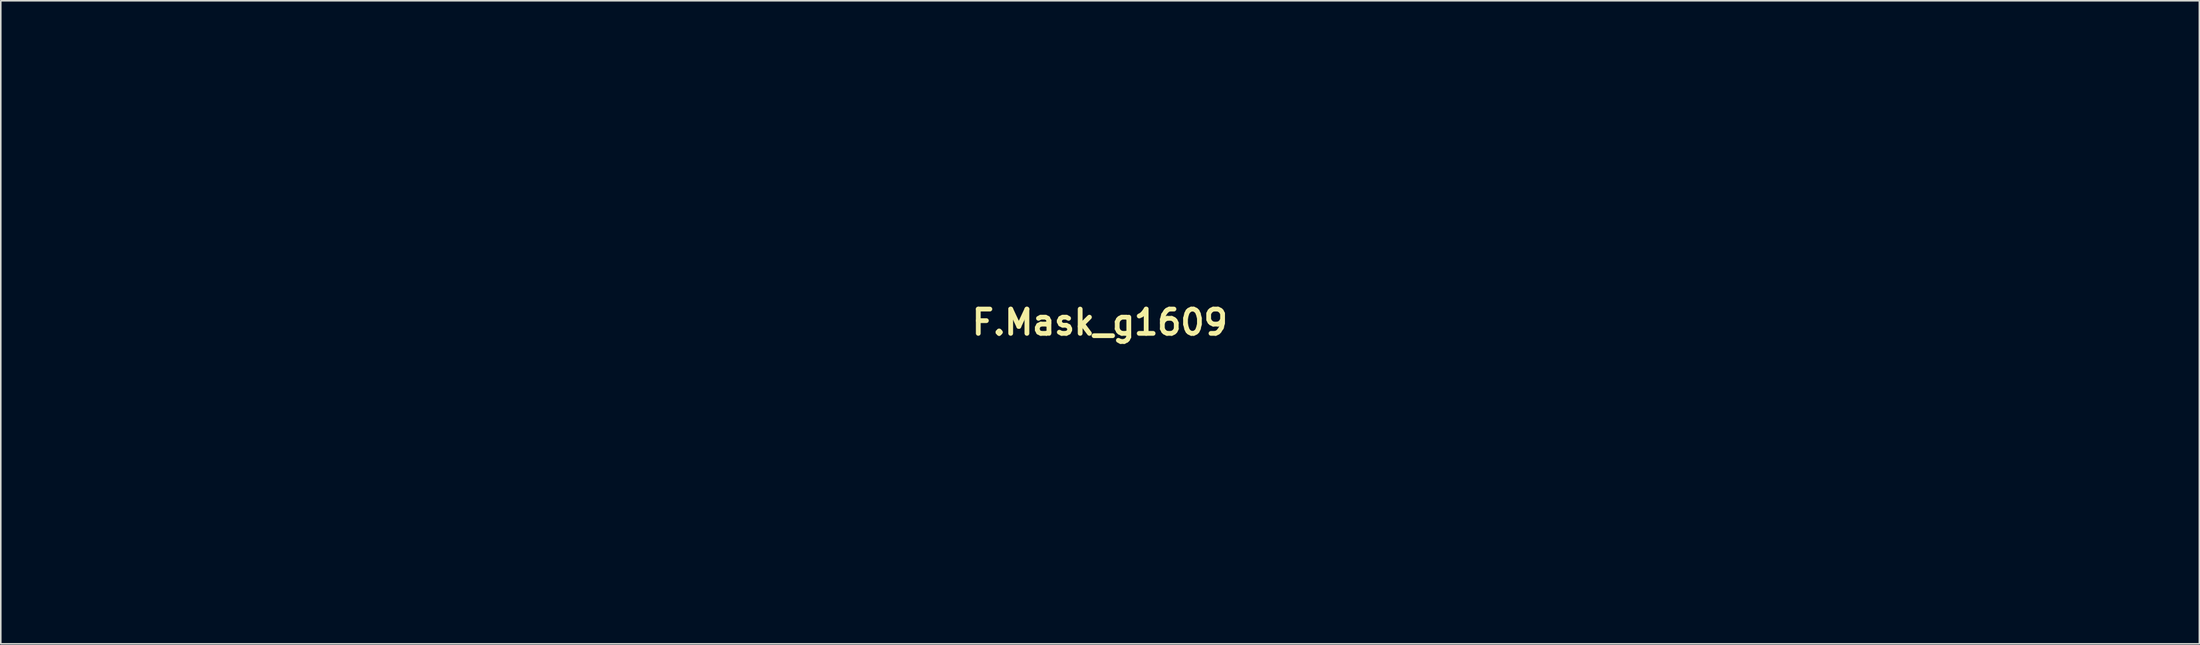
<source format=kicad_pcb>
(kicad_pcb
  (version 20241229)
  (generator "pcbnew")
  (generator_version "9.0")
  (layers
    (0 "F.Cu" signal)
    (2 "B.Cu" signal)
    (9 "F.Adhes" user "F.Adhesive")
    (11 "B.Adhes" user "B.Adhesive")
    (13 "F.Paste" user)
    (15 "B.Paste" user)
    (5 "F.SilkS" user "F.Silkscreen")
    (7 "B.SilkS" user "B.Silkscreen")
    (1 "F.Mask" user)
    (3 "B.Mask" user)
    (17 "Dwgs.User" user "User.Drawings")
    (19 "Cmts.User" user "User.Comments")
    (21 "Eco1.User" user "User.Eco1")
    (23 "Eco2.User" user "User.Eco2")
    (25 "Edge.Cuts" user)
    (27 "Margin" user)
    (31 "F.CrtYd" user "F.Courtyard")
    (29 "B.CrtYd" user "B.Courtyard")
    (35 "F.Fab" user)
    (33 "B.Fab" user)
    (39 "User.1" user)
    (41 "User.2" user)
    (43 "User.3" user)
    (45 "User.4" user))
  (footprint "F.Mask_g1609"
    (layer "F.Cu")
    (at 65.889 17.169)
    (property "Reference" "F.Mask_g1609" (at 0 0 0) (layer "F.SilkS") (effects (font (size 1.524 1.524) (thickness 0.3))))
    (attr through_hole)
    (fp_poly (pts (xy -32.455 -4.535) (xy -32.312 -4.527) (xy -32.185 -4.51) (xy -32.062 -4.484) (xy -31.931 -4.445) (xy -31.808 -4.402) (xy -31.537 -4.282) (xy -31.287 -4.128) (xy -31.061 -3.943) (xy -30.86 -3.732) (xy -30.687 -3.497) (xy -30.545 -3.242) (xy -30.435 -2.972) (xy -30.359 -2.69) (xy -30.321 -2.399) (xy -30.322 -2.103) (xy -30.33 -2.019) (xy -30.386 -1.707) (xy -30.478 -1.412) (xy -30.607 -1.137) (xy -30.768 -0.883) (xy -30.961 -0.655) (xy -31.182 -0.453) (xy -31.431 -0.281) (xy -31.704 -0.14) (xy -32 -0.034) (xy -32.048 -0.021) (xy -32.167 0.003) (xy -32.316 0.021) (xy -32.481 0.032) (xy -32.651 0.037) (xy -32.814 0.035) (xy -32.956 0.025) (xy -33.049 0.011) (xy -33.352 -0.073) (xy -33.643 -0.194) (xy -33.913 -0.348) (xy -33.933 -0.362) (xy -34.12 -0.509) (xy -34.301 -0.689) (xy -34.467 -0.891) (xy -34.611 -1.107) (xy -34.724 -1.327) (xy -34.725 -1.329) (xy -34.796 -1.492) (xy -44.189 -1.503) (xy -53.583 -1.513) (xy -53.702 -1.569) (xy -53.853 -1.66) (xy -53.975 -1.778) (xy -54.062 -1.91) (xy -54.095 -1.974) (xy -54.116 -2.026) (xy -54.128 -2.08) (xy -54.133 -2.148) (xy -54.134 -2.244) (xy -54.134 -2.254) (xy -33.388 -2.254) (xy -33.374 -2.085) (xy -33.332 -1.942) (xy -33.258 -1.814) (xy -33.17 -1.713) (xy -33.023 -1.593) (xy -32.866 -1.514) (xy -32.699 -1.475) (xy -32.524 -1.479) (xy -32.341 -1.523) (xy -32.327 -1.528) (xy -32.208 -1.59) (xy -32.092 -1.683) (xy -31.991 -1.797) (xy -31.92 -1.912) (xy -31.858 -2.08) (xy -31.838 -2.249) (xy -31.861 -2.421) (xy -31.874 -2.469) (xy -31.944 -2.634) (xy -32.04 -2.77) (xy -32.158 -2.878) (xy -32.293 -2.957) (xy -32.439 -3.006) (xy -32.591 -3.025) (xy -32.745 -3.015) (xy -32.894 -2.974) (xy -33.035 -2.902) (xy -33.161 -2.799) (xy -33.268 -2.664) (xy -33.323 -2.565) (xy -33.358 -2.484) (xy -33.378 -2.416) (xy -33.387 -2.342) (xy -33.388 -2.254) (xy -54.134 -2.254) (xy -54.132 -2.357) (xy -54.127 -2.431) (xy -54.115 -2.489) (xy -54.094 -2.544) (xy -54.075 -2.586) (xy -53.978 -2.738) (xy -53.851 -2.86) (xy -53.699 -2.95) (xy -53.535 -3.003) (xy -53.513 -3.005) (xy -53.465 -3.007) (xy -53.392 -3.009) (xy -53.293 -3.011) (xy -53.167 -3.012) (xy -53.012 -3.014) (xy -52.829 -3.015) (xy -52.617 -3.017) (xy -52.375 -3.018) (xy -52.101 -3.019) (xy -51.796 -3.02) (xy -51.459 -3.021) (xy -51.089 -3.022) (xy -50.685 -3.023) (xy -50.246 -3.024) (xy -49.773 -3.025) (xy -49.263 -3.025) (xy -48.716 -3.026) (xy -48.133 -3.026) (xy -47.51 -3.027) (xy -46.849 -3.027) (xy -46.149 -3.027) (xy -45.408 -3.028) (xy -44.625 -3.028) (xy -44.105 -3.028) (xy -34.787 -3.029) (xy -34.678 -3.255) (xy -34.524 -3.528) (xy -34.34 -3.772) (xy -34.126 -3.985) (xy -33.885 -4.168) (xy -33.616 -4.319) (xy -33.321 -4.437) (xy -33.172 -4.482) (xy -33.086 -4.503) (xy -33.009 -4.518) (xy -32.93 -4.528) (xy -32.839 -4.534) (xy -32.724 -4.536) (xy -32.628 -4.537) (xy -32.455 -4.535)) (stroke (width 0.01) (type solid)) (fill yes) (layer "F.Mask"))
    (fp_poly (pts (xy -47.096 4.552) (xy -46.568 4.552) (xy -46.047 4.553) (xy -45.535 4.553) (xy -45.033 4.554) (xy -44.545 4.555) (xy -44.07 4.555) (xy -43.612 4.556) (xy -43.172 4.557) (xy -42.751 4.558) (xy -42.353 4.559) (xy -41.978 4.56) (xy -41.629 4.561) (xy -41.307 4.562) (xy -41.015 4.563) (xy -40.753 4.564) (xy -40.525 4.565) (xy -40.331 4.566) (xy -40.174 4.567) (xy -40.056 4.568) (xy -39.978 4.57) (xy -39.976 4.57) (xy -39.301 4.583) (xy -38.066 7.355) (xy -37.912 7.7) (xy -37.758 8.047) (xy -37.604 8.392) (xy -37.452 8.734) (xy -37.303 9.067) (xy -37.159 9.389) (xy -37.022 9.697) (xy -36.893 9.988) (xy -36.773 10.257) (xy -36.663 10.502) (xy -36.566 10.719) (xy -36.483 10.906) (xy -36.415 11.058) (xy -36.395 11.104) (xy -35.959 12.08) (xy -35.754 12.093) (xy -35.436 12.132) (xy -35.135 12.209) (xy -34.853 12.325) (xy -34.59 12.478) (xy -34.346 12.669) (xy -34.237 12.773) (xy -34.035 13.004) (xy -33.872 13.249) (xy -33.745 13.513) (xy -33.691 13.663) (xy -33.649 13.801) (xy -33.619 13.92) (xy -33.599 14.033) (xy -33.588 14.153) (xy -33.584 14.293) (xy -33.583 14.415) (xy -33.591 14.633) (xy -33.613 14.825) (xy -33.652 15.002) (xy -33.712 15.178) (xy -33.796 15.367) (xy -33.811 15.399) (xy -33.92 15.6) (xy -34.037 15.773) (xy -34.172 15.934) (xy -34.299 16.062) (xy -34.536 16.259) (xy -34.791 16.418) (xy -35.069 16.543) (xy -35.268 16.607) (xy -35.353 16.629) (xy -35.432 16.645) (xy -35.516 16.656) (xy -35.616 16.663) (xy -35.742 16.668) (xy -35.814 16.67) (xy -35.987 16.672) (xy -36.125 16.669) (xy -36.234 16.66) (xy -36.309 16.648) (xy -36.611 16.564) (xy -36.894 16.445) (xy -37.156 16.293) (xy -37.393 16.11) (xy -37.604 15.899) (xy -37.785 15.663) (xy -37.935 15.404) (xy -38.05 15.124) (xy -38.129 14.827) (xy -38.143 14.748) (xy -38.158 14.599) (xy -38.163 14.424) (xy -38.159 14.329) (xy -36.645 14.329) (xy -36.641 14.491) (xy -36.602 14.649) (xy -36.531 14.796) (xy -36.428 14.927) (xy -36.294 15.036) (xy -36.236 15.069) (xy -36.067 15.138) (xy -35.897 15.165) (xy -35.724 15.15) (xy -35.596 15.112) (xy -35.44 15.032) (xy -35.31 14.923) (xy -35.209 14.791) (xy -35.139 14.641) (xy -35.101 14.48) (xy -35.1 14.312) (xy -35.136 14.144) (xy -35.175 14.048) (xy -35.27 13.9) (xy -35.392 13.78) (xy -35.535 13.69) (xy -35.694 13.633) (xy -35.861 13.611) (xy -36.031 13.629) (xy -36.077 13.641) (xy -36.212 13.691) (xy -36.326 13.761) (xy -36.435 13.862) (xy -36.446 13.873) (xy -36.549 14.014) (xy -36.615 14.168) (xy -36.645 14.329) (xy -38.159 14.329) (xy -38.156 14.239) (xy -38.141 14.057) (xy -38.116 13.892) (xy -38.093 13.79) (xy -37.991 13.494) (xy -37.854 13.222) (xy -37.68 12.971) (xy -37.533 12.802) (xy -37.378 12.64) (xy -38.839 9.363) (xy -40.299 6.085) (xy -46.91 6.071) (xy -53.52 6.057) (xy -53.642 6.011) (xy -53.804 5.93) (xy -53.937 5.819) (xy -54.04 5.684) (xy -54.108 5.529) (xy -54.139 5.358) (xy -54.139 5.245) (xy -54.107 5.079) (xy -54.04 4.924) (xy -53.942 4.788) (xy -53.818 4.676) (xy -53.673 4.597) (xy -53.662 4.592) (xy -53.541 4.547) (xy -47.096 4.552)) (stroke (width 0.01) (type solid)) (fill yes) (layer "F.Mask"))
    (fp_poly (pts (xy -35.347 -14.074) (xy -35.058 -14.005) (xy -34.784 -13.901) (xy -34.527 -13.764) (xy -34.289 -13.596) (xy -34.075 -13.399) (xy -33.887 -13.175) (xy -33.727 -12.926) (xy -33.599 -12.655) (xy -33.505 -12.364) (xy -33.475 -12.229) (xy -33.453 -12.054) (xy -33.444 -11.856) (xy -33.449 -11.651) (xy -33.467 -11.455) (xy -33.486 -11.342) (xy -33.568 -11.046) (xy -33.686 -10.766) (xy -33.839 -10.508) (xy -34.024 -10.273) (xy -34.238 -10.064) (xy -34.478 -9.884) (xy -34.742 -9.736) (xy -35.028 -9.622) (xy -35.1 -9.601) (xy -35.361 -9.543) (xy -35.634 -9.515) (xy -35.907 -9.517) (xy -36.169 -9.548) (xy -36.301 -9.578) (xy -36.365 -9.592) (xy -36.41 -9.597) (xy -36.424 -9.593) (xy -36.434 -9.573) (xy -36.463 -9.517) (xy -36.508 -9.428) (xy -36.569 -9.309) (xy -36.644 -9.162) (xy -36.732 -8.989) (xy -36.833 -8.793) (xy -36.944 -8.576) (xy -37.064 -8.341) (xy -37.193 -8.089) (xy -37.329 -7.824) (xy -37.471 -7.548) (xy -37.515 -7.461) (xy -38.6 -5.345) (xy -46.06 -5.341) (xy -46.737 -5.34) (xy -47.374 -5.34) (xy -47.971 -5.34) (xy -48.529 -5.34) (xy -49.05 -5.34) (xy -49.534 -5.34) (xy -49.984 -5.34) (xy -50.401 -5.34) (xy -50.785 -5.34) (xy -51.138 -5.341) (xy -51.461 -5.341) (xy -51.756 -5.342) (xy -52.024 -5.342) (xy -52.265 -5.343) (xy -52.482 -5.344) (xy -52.676 -5.345) (xy -52.847 -5.346) (xy -52.997 -5.348) (xy -53.127 -5.349) (xy -53.239 -5.351) (xy -53.334 -5.352) (xy -53.413 -5.354) (xy -53.477 -5.356) (xy -53.528 -5.358) (xy -53.566 -5.361) (xy -53.594 -5.363) (xy -53.612 -5.366) (xy -53.618 -5.367) (xy -53.76 -5.432) (xy -53.89 -5.529) (xy -54 -5.652) (xy -54.081 -5.791) (xy -54.124 -5.92) (xy -54.14 -6.096) (xy -54.118 -6.267) (xy -54.06 -6.426) (xy -53.97 -6.569) (xy -53.85 -6.689) (xy -53.704 -6.78) (xy -53.663 -6.798) (xy -53.541 -6.847) (xy -46.536 -6.858) (xy -39.531 -6.869) (xy -38.772 -8.35) (xy -38.648 -8.594) (xy -38.525 -8.834) (xy -38.405 -9.067) (xy -38.292 -9.289) (xy -38.185 -9.497) (xy -38.088 -9.686) (xy -38.003 -9.853) (xy -37.931 -9.994) (xy -37.874 -10.104) (xy -37.835 -10.181) (xy -37.834 -10.183) (xy -37.654 -10.534) (xy -37.739 -10.679) (xy -37.865 -10.936) (xy -37.957 -11.212) (xy -38.012 -11.502) (xy -38.031 -11.799) (xy -38.027 -11.863) (xy -36.509 -11.863) (xy -36.505 -11.703) (xy -36.467 -11.547) (xy -36.395 -11.399) (xy -36.288 -11.265) (xy -36.204 -11.191) (xy -36.056 -11.104) (xy -35.893 -11.051) (xy -35.723 -11.034) (xy -35.555 -11.054) (xy -35.423 -11.099) (xy -35.272 -11.19) (xy -35.146 -11.309) (xy -35.05 -11.451) (xy -34.987 -11.609) (xy -34.959 -11.776) (xy -34.968 -11.93) (xy -35.008 -12.083) (xy -35.08 -12.22) (xy -35.187 -12.351) (xy -35.199 -12.363) (xy -35.321 -12.467) (xy -35.452 -12.535) (xy -35.599 -12.572) (xy -35.74 -12.582) (xy -35.835 -12.58) (xy -35.907 -12.57) (xy -35.976 -12.549) (xy -36.052 -12.516) (xy -36.205 -12.423) (xy -36.328 -12.305) (xy -36.421 -12.169) (xy -36.481 -12.02) (xy -36.509 -11.863) (xy -38.027 -11.863) (xy -38.013 -12.098) (xy -37.958 -12.393) (xy -37.939 -12.463) (xy -37.836 -12.745) (xy -37.697 -13.009) (xy -37.525 -13.251) (xy -37.325 -13.468) (xy -37.098 -13.658) (xy -36.848 -13.818) (xy -36.58 -13.945) (xy -36.294 -14.037) (xy -35.996 -14.091) (xy -35.956 -14.096) (xy -35.647 -14.105) (xy -35.347 -14.074)) (stroke (width 0.01) (type solid)) (fill yes) (layer "F.Mask"))
    (fp_poly (pts (xy -45.82 0.762) (xy -45.115 0.762) (xy -45.067 0.762) (xy -36.714 0.763) (xy -35.721 2.927) (xy -35.59 3.212) (xy -35.464 3.487) (xy -35.343 3.749) (xy -35.23 3.995) (xy -35.125 4.223) (xy -35.029 4.431) (xy -34.943 4.615) (xy -34.869 4.774) (xy -34.808 4.906) (xy -34.761 5.007) (xy -34.729 5.075) (xy -34.712 5.107) (xy -34.711 5.11) (xy -34.689 5.111) (xy -34.626 5.111) (xy -34.522 5.112) (xy -34.378 5.112) (xy -34.194 5.113) (xy -33.972 5.113) (xy -33.712 5.113) (xy -33.415 5.114) (xy -33.081 5.114) (xy -32.712 5.114) (xy -32.308 5.115) (xy -31.869 5.115) (xy -31.397 5.115) (xy -30.892 5.115) (xy -30.355 5.115) (xy -29.787 5.115) (xy -29.188 5.116) (xy -28.56 5.116) (xy -27.902 5.116) (xy -27.216 5.116) (xy -26.503 5.116) (xy -25.762 5.116) (xy -24.996 5.116) (xy -24.204 5.116) (xy -23.387 5.116) (xy -22.547 5.116) (xy -21.683 5.115) (xy -20.797 5.115) (xy -19.889 5.115) (xy -18.96 5.115) (xy -18.011 5.115) (xy -17.043 5.115) (xy -16.055 5.114) (xy -15.05 5.114) (xy -14.027 5.114) (xy -12.988 5.114) (xy -11.933 5.113) (xy -10.863 5.113) (xy -9.779 5.113) (xy -8.681 5.112) (xy -7.57 5.112) (xy -6.447 5.111) (xy -5.312 5.111) (xy -4.167 5.111) (xy -3.012 5.11) (xy -1.848 5.11) (xy -0.675 5.109) (xy 0.505 5.109) (xy 1.692 5.108) (xy 2.886 5.108) (xy 4.085 5.107) (xy 5.289 5.107) (xy 6.497 5.106) (xy 7.708 5.106) (xy 8.922 5.105) (xy 10.137 5.105) (xy 11.354 5.104) (xy 12.571 5.103) (xy 13.788 5.103) (xy 15.003 5.102) (xy 16.217 5.102) (xy 17.428 5.101) (xy 18.636 5.1) (xy 19.839 5.1) (xy 21.038 5.099) (xy 22.232 5.098) (xy 23.419 5.098) (xy 24.599 5.097) (xy 25.771 5.096) (xy 26.935 5.096) (xy 28.089 5.095) (xy 29.234 5.094) (xy 30.368 5.094) (xy 31.49 5.093) (xy 32.6 5.092) (xy 33.698 5.091) (xy 34.782 5.091) (xy 35.851 5.09) (xy 36.905 5.089) (xy 37.944 5.089) (xy 38.965 5.088) (xy 39.97 5.087) (xy 40.956 5.086) (xy 41.924 5.086) (xy 42.872 5.085) (xy 43.8 5.084) (xy 44.706 5.083) (xy 45.591 5.083) (xy 46.454 5.082) (xy 47.293 5.081) (xy 48.109 5.081) (xy 48.899 5.08) (xy 49.665 5.079) (xy 50.404 5.078) (xy 51.116 5.078) (xy 51.8 5.077) (xy 52.457 5.076) (xy 53.084 5.075) (xy 53.681 5.075) (xy 54.248 5.074) (xy 54.783 5.073) (xy 55.286 5.073) (xy 55.757 5.072) (xy 56.193 5.071) (xy 56.596 5.071) (xy 56.964 5.07) (xy 57.296 5.069) (xy 57.591 5.069) (xy 57.849 5.068) (xy 58.07 5.067) (xy 58.251 5.067) (xy 58.267 5.067) (xy 61.511 5.054) (xy 61.551 4.962) (xy 61.654 4.77) (xy 61.791 4.576) (xy 61.954 4.388) (xy 62.136 4.215) (xy 62.33 4.065) (xy 62.46 3.981) (xy 62.718 3.851) (xy 62.979 3.758) (xy 63.252 3.701) (xy 63.545 3.677) (xy 63.616 3.676) (xy 63.783 3.678) (xy 63.922 3.687) (xy 64.049 3.706) (xy 64.177 3.735) (xy 64.322 3.778) (xy 64.336 3.783) (xy 64.619 3.895) (xy 64.881 4.043) (xy 65.12 4.223) (xy 65.333 4.431) (xy 65.518 4.665) (xy 65.672 4.922) (xy 65.791 5.197) (xy 65.873 5.488) (xy 65.892 5.592) (xy 65.905 5.717) (xy 65.911 5.869) (xy 65.909 6.035) (xy 65.9 6.201) (xy 65.885 6.357) (xy 65.864 6.489) (xy 65.851 6.545) (xy 65.751 6.836) (xy 65.616 7.108) (xy 65.449 7.359) (xy 65.254 7.584) (xy 65.033 7.781) (xy 64.789 7.949) (xy 64.525 8.083) (xy 64.245 8.181) (xy 64.019 8.231) (xy 63.801 8.256) (xy 63.574 8.264) (xy 63.373 8.253) (xy 63.121 8.211) (xy 62.862 8.134) (xy 62.609 8.028) (xy 62.373 7.897) (xy 62.306 7.853) (xy 62.19 7.763) (xy 62.063 7.649) (xy 61.937 7.522) (xy 61.822 7.393) (xy 61.729 7.273) (xy 61.707 7.241) (xy 61.658 7.159) (xy 61.602 7.056) (xy 61.548 6.948) (xy 61.527 6.905) (xy 61.436 6.704) (xy 38.756 6.719) (xy 37.71 6.72) (xy 36.623 6.72) (xy 35.498 6.721) (xy 34.337 6.722) (xy 33.142 6.723) (xy 31.915 6.723) (xy 30.659 6.724) (xy 29.374 6.725) (xy 28.065 6.726) (xy 26.732 6.727) (xy 25.377 6.728) (xy 24.004 6.729) (xy 22.613 6.73) (xy 21.208 6.731) (xy 19.789 6.732) (xy 18.359 6.732) (xy 16.921 6.733) (xy 15.477 6.734) (xy 14.027 6.735) (xy 12.576 6.736) (xy 11.124 6.737) (xy 9.674 6.738) (xy 8.227 6.739) (xy 6.787 6.74) (xy 5.355 6.741) (xy 3.933 6.742) (xy 2.523 6.743) (xy 1.128 6.744) (xy -0.251 6.745) (xy -1.611 6.746) (xy -2.95 6.747) (xy -4.267 6.748) (xy -5.558 6.749) (xy -6.823 6.75) (xy -8.059 6.751) (xy -9.263 6.752) (xy -9.831 6.752) (xy -10.878 6.753) (xy -11.914 6.754) (xy -12.94 6.754) (xy -13.954 6.755) (xy -14.955 6.756) (xy -15.943 6.756) (xy -16.916 6.757) (xy -17.875 6.757) (xy -18.817 6.758) (xy -19.743 6.759) (xy -20.651 6.759) (xy -21.542 6.76) (xy -22.412 6.76) (xy -23.264 6.76) (xy -24.094 6.761) (xy -24.903 6.761) (xy -25.689 6.762) (xy -26.452 6.762) (xy -27.192 6.762) (xy -27.906 6.763) (xy -28.595 6.763) (xy -29.257 6.763) (xy -29.893 6.763) (xy -30.5 6.764) (xy -31.078 6.764) (xy -31.627 6.764) (xy -32.145 6.764) (xy -32.632 6.764) (xy -33.087 6.764) (xy -33.509 6.764) (xy -33.898 6.764) (xy -34.252 6.764) (xy -34.57 6.764) (xy -34.852 6.764) (xy -35.098 6.764) (xy -35.305 6.763) (xy -35.475 6.763) (xy -35.604 6.763) (xy -35.694 6.763) (xy -35.742 6.762) (xy -35.751 6.762) (xy -35.762 6.742) (xy -35.789 6.686) (xy -35.831 6.597) (xy -35.888 6.476) (xy -35.958 6.326) (xy -36.04 6.15) (xy -36.13 5.954) (xy 62.846 5.954) (xy 62.861 6.118) (xy 62.913 6.28) (xy 62.982 6.403) (xy 63.1 6.541) (xy 63.239 6.644) (xy 63.396 6.711) (xy 63.565 6.741) (xy 63.742 6.732) (xy 63.916 6.686) (xy 64.038 6.622) (xy 64.155 6.527) (xy 64.257 6.412) (xy 64.331 6.289) (xy 64.346 6.255) (xy 64.387 6.097) (xy 64.396 5.929) (xy 64.373 5.766) (xy 64.348 5.688) (xy 64.269 5.538) (xy 64.159 5.411) (xy 64.026 5.309) (xy 63.876 5.237) (xy 63.715 5.197) (xy 63.55 5.193) (xy 63.425 5.216) (xy 63.259 5.284) (xy 63.118 5.38) (xy 63.004 5.501) (xy 62.92 5.64) (xy 62.867 5.793) (xy 62.846 5.954) (xy -36.13 5.954) (xy -36.132 5.951) (xy -36.235 5.729) (xy -36.346 5.489) (xy -36.464 5.232) (xy -36.589 4.961) (xy -36.719 4.678) (xy -36.768 4.573) (xy -37.77 2.392) (xy -45.645 2.387) (xy -53.521 2.381) (xy -53.662 2.312) (xy -53.813 2.217) (xy -53.933 2.098) (xy -54.023 1.963) (xy -54.083 1.814) (xy -54.112 1.658) (xy -54.113 1.5) (xy -54.084 1.345) (xy -54.026 1.198) (xy -53.94 1.064) (xy -53.825 0.948) (xy -53.683 0.856) (xy -53.555 0.804) (xy -53.543 0.8) (xy -53.53 0.797) (xy -53.515 0.794) (xy -53.497 0.791) (xy -53.473 0.788) (xy -53.444 0.786) (xy -53.407 0.783) (xy -53.362 0.781) (xy -53.308 0.779) (xy -53.242 0.777) (xy -53.164 0.775) (xy -53.072 0.774) (xy -52.966 0.772) (xy -52.844 0.771) (xy -52.705 0.77) (xy -52.547 0.768) (xy -52.369 0.767) (xy -52.17 0.767) (xy -51.949 0.766) (xy -51.705 0.765) (xy -51.436 0.765) (xy -51.14 0.764) (xy -50.818 0.764) (xy -50.467 0.763) (xy -50.086 0.763) (xy -49.675 0.763) (xy -49.231 0.763) (xy -48.753 0.762) (xy -48.241 0.762) (xy -47.693 0.762) (xy -47.107 0.762) (xy -46.483 0.762) (xy -45.82 0.762)) (stroke (width 0.01) (type solid)) (fill yes) (layer "F.Mask"))
    (fp_poly (pts (xy -48.599 -17.164) (xy -48.342 -17.162) (xy -48.094 -17.157) (xy -47.859 -17.149) (xy -47.643 -17.139) (xy -47.562 -17.134) (xy -47.328 -17.117) (xy -47.132 -17.101) (xy -46.97 -17.084) (xy -46.837 -17.065) (xy -46.729 -17.045) (xy -46.642 -17.022) (xy -46.571 -16.996) (xy -46.56 -16.991) (xy -46.458 -16.932) (xy -46.364 -16.851) (xy -46.276 -16.744) (xy -46.195 -16.611) (xy -46.117 -16.447) (xy -46.043 -16.25) (xy -45.969 -16.018) (xy -45.896 -15.747) (xy -45.865 -15.621) (xy -45.795 -15.342) (xy -45.729 -15.102) (xy -45.664 -14.896) (xy -45.598 -14.72) (xy -45.531 -14.571) (xy -45.461 -14.444) (xy -45.386 -14.336) (xy -45.304 -14.243) (xy -45.266 -14.206) (xy -45.219 -14.164) (xy -45.171 -14.126) (xy -45.118 -14.09) (xy -45.058 -14.054) (xy -44.985 -14.017) (xy -44.897 -13.977) (xy -44.791 -13.933) (xy -44.662 -13.883) (xy -44.507 -13.825) (xy -44.322 -13.759) (xy -44.105 -13.683) (xy -43.851 -13.594) (xy -43.847 -13.593) (xy -43.579 -13.499) (xy -43.336 -13.411) (xy -43.119 -13.331) (xy -42.93 -13.26) (xy -42.771 -13.197) (xy -42.645 -13.144) (xy -42.554 -13.101) (xy -42.498 -13.07) (xy -42.481 -13.052) (xy -42.49 -13.03) (xy -42.516 -12.972) (xy -42.557 -12.883) (xy -42.611 -12.766) (xy -42.677 -12.624) (xy -42.754 -12.46) (xy -42.84 -12.277) (xy -42.934 -12.079) (xy -43.033 -11.869) (xy -43.058 -11.816) (xy -43.176 -11.568) (xy -43.277 -11.356) (xy -43.363 -11.177) (xy -43.435 -11.029) (xy -43.495 -10.908) (xy -43.543 -10.812) (xy -43.582 -10.738) (xy -43.612 -10.684) (xy -43.635 -10.647) (xy -43.653 -10.624) (xy -43.666 -10.613) (xy -43.677 -10.611) (xy -43.677 -10.611) (xy -43.712 -10.624) (xy -43.776 -10.65) (xy -43.862 -10.687) (xy -43.96 -10.731) (xy -43.982 -10.741) (xy -44.363 -10.902) (xy -44.775 -11.056) (xy -45.209 -11.199) (xy -45.655 -11.329) (xy -46.103 -11.442) (xy -46.541 -11.534) (xy -46.715 -11.566) (xy -47.212 -11.638) (xy -47.727 -11.69) (xy -48.251 -11.721) (xy -48.773 -11.73) (xy -49.282 -11.718) (xy -49.768 -11.684) (xy -49.858 -11.675) (xy -50.573 -11.577) (xy -51.274 -11.441) (xy -51.958 -11.267) (xy -52.626 -11.056) (xy -53.275 -10.807) (xy -53.905 -10.523) (xy -54.515 -10.202) (xy -55.104 -9.847) (xy -55.67 -9.457) (xy -56.212 -9.034) (xy -56.729 -8.577) (xy -57.221 -8.088) (xy -57.685 -7.567) (xy -57.974 -7.209) (xy -58.383 -6.646) (xy -58.755 -6.064) (xy -59.09 -5.462) (xy -59.387 -4.841) (xy -59.646 -4.203) (xy -59.867 -3.548) (xy -60.049 -2.877) (xy -60.193 -2.191) (xy -60.296 -1.491) (xy -60.337 -1.09) (xy -60.348 -0.928) (xy -60.356 -0.734) (xy -60.361 -0.516) (xy -60.364 -0.282) (xy -60.363 -0.04) (xy -60.36 0.202) (xy -60.355 0.437) (xy -60.347 0.657) (xy -60.336 0.853) (xy -60.323 1.019) (xy -60.317 1.079) (xy -60.217 1.794) (xy -60.085 2.484) (xy -59.92 3.15) (xy -59.72 3.797) (xy -59.486 4.428) (xy -59.216 5.044) (xy -59.009 5.461) (xy -58.664 6.081) (xy -58.287 6.673) (xy -57.88 7.238) (xy -57.444 7.773) (xy -56.98 8.278) (xy -56.488 8.753) (xy -55.97 9.196) (xy -55.427 9.606) (xy -54.86 9.984) (xy -54.27 10.326) (xy -53.657 10.634) (xy -53.023 10.905) (xy -52.451 11.113) (xy -51.773 11.318) (xy -51.09 11.482) (xy -50.404 11.605) (xy -49.717 11.687) (xy -49.029 11.728) (xy -48.344 11.727) (xy -47.662 11.685) (xy -47.106 11.619) (xy -46.434 11.504) (xy -45.776 11.355) (xy -45.135 11.173) (xy -44.517 10.96) (xy -43.924 10.716) (xy -43.826 10.671) (xy -43.735 10.631) (xy -43.658 10.6) (xy -43.603 10.582) (xy -43.578 10.579) (xy -43.578 10.579) (xy -43.566 10.6) (xy -43.539 10.655) (xy -43.496 10.74) (xy -43.442 10.852) (xy -43.376 10.985) (xy -43.303 11.137) (xy -43.222 11.302) (xy -43.137 11.478) (xy -43.049 11.659) (xy -42.96 11.843) (xy -42.872 12.024) (xy -42.788 12.2) (xy -42.708 12.365) (xy -42.636 12.517) (xy -42.572 12.65) (xy -42.52 12.761) (xy -42.49 12.823) (xy -42.398 13.021) (xy -42.539 13.085) (xy -42.724 13.165) (xy -42.947 13.254) (xy -43.207 13.354) (xy -43.503 13.462) (xy -43.677 13.524) (xy -43.94 13.617) (xy -44.167 13.697) (xy -44.359 13.766) (xy -44.521 13.825) (xy -44.656 13.874) (xy -44.766 13.916) (xy -44.856 13.952) (xy -44.928 13.982) (xy -44.985 14.008) (xy -45.024 14.027) (xy -45.189 14.135) (xy -45.34 14.281) (xy -45.474 14.461) (xy -45.589 14.671) (xy -45.658 14.836) (xy -45.682 14.91) (xy -45.715 15.017) (xy -45.752 15.147) (xy -45.792 15.292) (xy -45.832 15.443) (xy -45.849 15.509) (xy -45.898 15.703) (xy -45.941 15.863) (xy -45.977 15.994) (xy -46.01 16.101) (xy -46.04 16.192) (xy -46.071 16.273) (xy -46.104 16.348) (xy -46.136 16.417) (xy -46.251 16.614) (xy -46.391 16.78) (xy -46.553 16.913) (xy -46.732 17.009) (xy -46.817 17.04) (xy -46.908 17.064) (xy -47.018 17.085) (xy -47.151 17.103) (xy -47.309 17.118) (xy -47.494 17.13) (xy -47.711 17.14) (xy -47.961 17.147) (xy -48.249 17.152) (xy -48.567 17.156) (xy -48.898 17.157) (xy -49.19 17.156) (xy -49.445 17.153) (xy -49.665 17.148) (xy -49.853 17.14) (xy -49.943 17.134) (xy -50.172 17.118) (xy -50.363 17.1) (xy -50.521 17.081) (xy -50.651 17.059) (xy -50.757 17.033) (xy -50.844 17.002) (xy -50.916 16.964) (xy -50.979 16.919) (xy -51.033 16.87) (xy -51.102 16.793) (xy -51.165 16.707) (xy -51.224 16.609) (xy -51.279 16.495) (xy -51.334 16.359) (xy -51.389 16.197) (xy -51.446 16.006) (xy -51.507 15.781) (xy -51.563 15.563) (xy -51.634 15.29) (xy -51.702 15.056) (xy -51.768 14.854) (xy -51.834 14.683) (xy -51.902 14.537) (xy -51.974 14.413) (xy -52.052 14.306) (xy -52.136 14.212) (xy -52.18 14.172) (xy -52.215 14.141) (xy -52.25 14.112) (xy -52.288 14.085) (xy -52.333 14.058) (xy -52.386 14.029) (xy -52.451 13.998) (xy -52.531 13.964) (xy -52.629 13.925) (xy -52.748 13.879) (xy -52.89 13.827) (xy -53.06 13.766) (xy -53.26 13.695) (xy -53.492 13.613) (xy -53.76 13.519) (xy -53.869 13.48) (xy -54.192 13.364) (xy -54.482 13.25) (xy -54.752 13.135) (xy -55.009 13.014) (xy -55.264 12.882) (xy -55.476 12.765) (xy -55.591 12.703) (xy -55.711 12.642) (xy -55.824 12.589) (xy -55.916 12.551) (xy -55.921 12.549) (xy -56.008 12.518) (xy -56.08 12.498) (xy -56.151 12.486) (xy -56.236 12.482) (xy -56.335 12.48) (xy -56.447 12.482) (xy -56.532 12.487) (xy -56.608 12.5) (xy -56.689 12.523) (xy -56.769 12.549) (xy -56.886 12.592) (xy -57.005 12.644) (xy -57.132 12.707) (xy -57.274 12.785) (xy -57.436 12.881) (xy -57.625 12.999) (xy -57.647 13.012) (xy -57.864 13.147) (xy -58.053 13.258) (xy -58.219 13.347) (xy -58.368 13.417) (xy -58.505 13.471) (xy -58.636 13.511) (xy -58.765 13.54) (xy -58.828 13.55) (xy -58.926 13.562) (xy -59 13.565) (xy -59.069 13.558) (xy -59.151 13.54) (xy -59.152 13.54) (xy -59.345 13.476) (xy -59.548 13.373) (xy -59.764 13.231) (xy -59.786 13.214) (xy -59.846 13.165) (xy -59.931 13.09) (xy -60.038 12.991) (xy -60.164 12.871) (xy -60.306 12.736) (xy -60.459 12.587) (xy -60.62 12.428) (xy -60.786 12.263) (xy -60.954 12.096) (xy -61.119 11.93) (xy -61.278 11.768) (xy -61.428 11.614) (xy -61.565 11.471) (xy -61.686 11.344) (xy -61.787 11.235) (xy -61.864 11.147) (xy -61.915 11.086) (xy -61.918 11.082) (xy -62.037 10.912) (xy -62.132 10.752) (xy -62.202 10.598) (xy -62.246 10.447) (xy -62.266 10.294) (xy -62.259 10.135) (xy -62.226 9.967) (xy -62.167 9.786) (xy -62.081 9.587) (xy -61.967 9.367) (xy -61.826 9.121) (xy -61.724 8.954) (xy -61.579 8.714) (xy -61.46 8.501) (xy -61.366 8.313) (xy -61.294 8.143) (xy -61.242 7.988) (xy -61.21 7.843) (xy -61.195 7.705) (xy -61.193 7.64) (xy -61.194 7.58) (xy -61.199 7.519) (xy -61.21 7.456) (xy -61.226 7.386) (xy -61.25 7.307) (xy -61.282 7.215) (xy -61.325 7.107) (xy -61.379 6.98) (xy -61.445 6.83) (xy -61.525 6.656) (xy -61.619 6.453) (xy -61.73 6.217) (xy -61.854 5.958) (xy -61.967 5.72) (xy -62.063 5.512) (xy -62.145 5.329) (xy -62.215 5.162) (xy -62.277 5.005) (xy -62.333 4.852) (xy -62.385 4.696) (xy -62.437 4.529) (xy -62.49 4.345) (xy -62.515 4.255) (xy -62.574 4.053) (xy -62.634 3.878) (xy -62.699 3.725) (xy -62.771 3.593) (xy -62.854 3.479) (xy -62.953 3.379) (xy -63.071 3.291) (xy -63.21 3.212) (xy -63.376 3.139) (xy -63.571 3.068) (xy -63.798 2.998) (xy -64.063 2.925) (xy -64.197 2.89) (xy -64.395 2.839) (xy -64.557 2.796) (xy -64.69 2.759) (xy -64.8 2.726) (xy -64.892 2.695) (xy -64.974 2.665) (xy -65.051 2.633) (xy -65.129 2.597) (xy -65.191 2.567) (xy -65.372 2.462) (xy -65.522 2.34) (xy -65.639 2.204) (xy -65.689 2.12) (xy -65.719 2.053) (xy -65.745 1.975) (xy -65.768 1.881) (xy -65.791 1.764) (xy -65.813 1.617) (xy -65.836 1.436) (xy -65.842 1.386) (xy -65.857 1.233) (xy -65.868 1.05) (xy -65.877 0.841) (xy -65.882 0.613) (xy -65.884 0.368) (xy -65.884 0.112) (xy -65.881 -0.149) (xy -65.875 -0.412) (xy -65.867 -0.672) (xy -65.857 -0.924) (xy -65.845 -1.163) (xy -65.831 -1.384) (xy -65.814 -1.583) (xy -65.797 -1.755) (xy -65.777 -1.895) (xy -65.756 -1.999) (xy -65.752 -2.015) (xy -65.683 -2.179) (xy -65.58 -2.319) (xy -65.46 -2.422) (xy -65.368 -2.484) (xy -65.274 -2.539) (xy -65.172 -2.589) (xy -65.057 -2.636) (xy -64.924 -2.682) (xy -64.768 -2.729) (xy -64.583 -2.779) (xy -64.365 -2.833) (xy -64.23 -2.866) (xy -63.969 -2.93) (xy -63.745 -2.991) (xy -63.554 -3.052) (xy -63.391 -3.113) (xy -63.252 -3.178) (xy -63.131 -3.248) (xy -63.024 -3.325) (xy -62.926 -3.41) (xy -62.906 -3.43) (xy -62.796 -3.564) (xy -62.696 -3.735) (xy -62.606 -3.939) (xy -62.53 -4.17) (xy -62.496 -4.29) (xy -62.457 -4.43) (xy -62.418 -4.566) (xy -62.401 -4.63) (xy -62.367 -4.745) (xy -62.329 -4.861) (xy -62.285 -4.982) (xy -62.233 -5.113) (xy -62.171 -5.259) (xy -62.097 -5.424) (xy -62.009 -5.614) (xy -61.904 -5.833) (xy -61.815 -6.018) (xy -61.687 -6.283) (xy -61.578 -6.513) (xy -61.485 -6.712) (xy -61.407 -6.883) (xy -61.344 -7.03) (xy -61.294 -7.156) (xy -61.255 -7.265) (xy -61.226 -7.359) (xy -61.206 -7.443) (xy -61.194 -7.519) (xy -61.188 -7.591) (xy -61.187 -7.63) (xy -61.192 -7.738) (xy -61.205 -7.85) (xy -61.222 -7.938) (xy -61.266 -8.071) (xy -61.337 -8.233) (xy -61.433 -8.421) (xy -61.553 -8.632) (xy -61.694 -8.861) (xy -61.733 -8.922) (xy -61.876 -9.148) (xy -61.994 -9.346) (xy -62.088 -9.521) (xy -62.16 -9.676) (xy -62.213 -9.817) (xy -62.248 -9.947) (xy -62.267 -10.072) (xy -62.272 -10.181) (xy -62.27 -10.279) (xy -62.261 -10.37) (xy -62.243 -10.458) (xy -62.216 -10.545) (xy -62.175 -10.635) (xy -62.12 -10.732) (xy -62.048 -10.84) (xy -61.957 -10.961) (xy -61.844 -11.1) (xy -61.708 -11.259) (xy -61.546 -11.443) (xy -61.405 -11.602) (xy -61.159 -11.873) (xy -60.938 -12.114) (xy -60.736 -12.327) (xy -60.552 -12.516) (xy -60.383 -12.682) (xy -60.225 -12.828) (xy -60.076 -12.958) (xy -59.933 -13.074) (xy -59.792 -13.178) (xy -59.652 -13.274) (xy -59.542 -13.343) (xy -59.409 -13.422) (xy -59.298 -13.477) (xy -59.198 -13.515) (xy -59.099 -13.538) (xy -59.044 -13.546) (xy -58.92 -13.555) (xy -58.794 -13.548) (xy -58.662 -13.525) (xy -58.519 -13.484) (xy -58.362 -13.424) (xy -58.186 -13.343) (xy -57.988 -13.239) (xy -57.763 -13.111) (xy -57.616 -13.024) (xy -57.418 -12.906) (xy -57.251 -12.809) (xy -57.11 -12.73) (xy -56.989 -12.666) (xy -56.883 -12.615) (xy -56.788 -12.575) (xy -56.698 -12.544) (xy -56.608 -12.518) (xy -56.525 -12.498) (xy -56.405 -12.478) (xy -56.286 -12.474) (xy -56.164 -12.488) (xy -56.033 -12.521) (xy -55.887 -12.574) (xy -55.722 -12.65) (xy -55.532 -12.749) (xy -55.416 -12.814) (xy -55.276 -12.891) (xy -55.141 -12.963) (xy -55.005 -13.031) (xy -54.864 -13.097) (xy -54.714 -13.163) (xy -54.55 -13.231) (xy -54.368 -13.303) (xy -54.162 -13.38) (xy -53.928 -13.465) (xy -53.662 -13.56) (xy -53.456 -13.632) (xy -53.214 -13.717) (xy -53.008 -13.79) (xy -52.835 -13.852) (xy -52.69 -13.906) (xy -52.571 -13.953) (xy -52.473 -13.994) (xy -52.393 -14.032) (xy -52.328 -14.067) (xy -52.273 -14.103) (xy -52.224 -14.139) (xy -52.179 -14.179) (xy -52.133 -14.224) (xy -52.122 -14.235) (xy -52.033 -14.335) (xy -51.953 -14.45) (xy -51.88 -14.583) (xy -51.811 -14.74) (xy -51.746 -14.924) (xy -51.683 -15.139) (xy -51.619 -15.39) (xy -51.583 -15.547) (xy -51.527 -15.787) (xy -51.475 -15.99) (xy -51.423 -16.163) (xy -51.372 -16.312) (xy -51.318 -16.443) (xy -51.275 -16.531) (xy -51.178 -16.699) (xy -51.076 -16.83) (xy -50.963 -16.93) (xy -50.831 -17.006) (xy -50.675 -17.062) (xy -50.641 -17.071) (xy -50.551 -17.088) (xy -50.422 -17.104) (xy -50.261 -17.119) (xy -50.071 -17.131) (xy -49.858 -17.142) (xy -49.625 -17.15) (xy -49.379 -17.157) (xy -49.122 -17.162) (xy -48.861 -17.164) (xy -48.599 -17.164)) (stroke (width 0.01) (type solid)) (fill yes) (layer "F.Mask")))
  (gr_rect
    (start -3 -3)
    (end 134.805 37.331)
    (stroke (width 0.1) (type default))
    (fill no)
    (layer "Edge.Cuts")))
</source>
